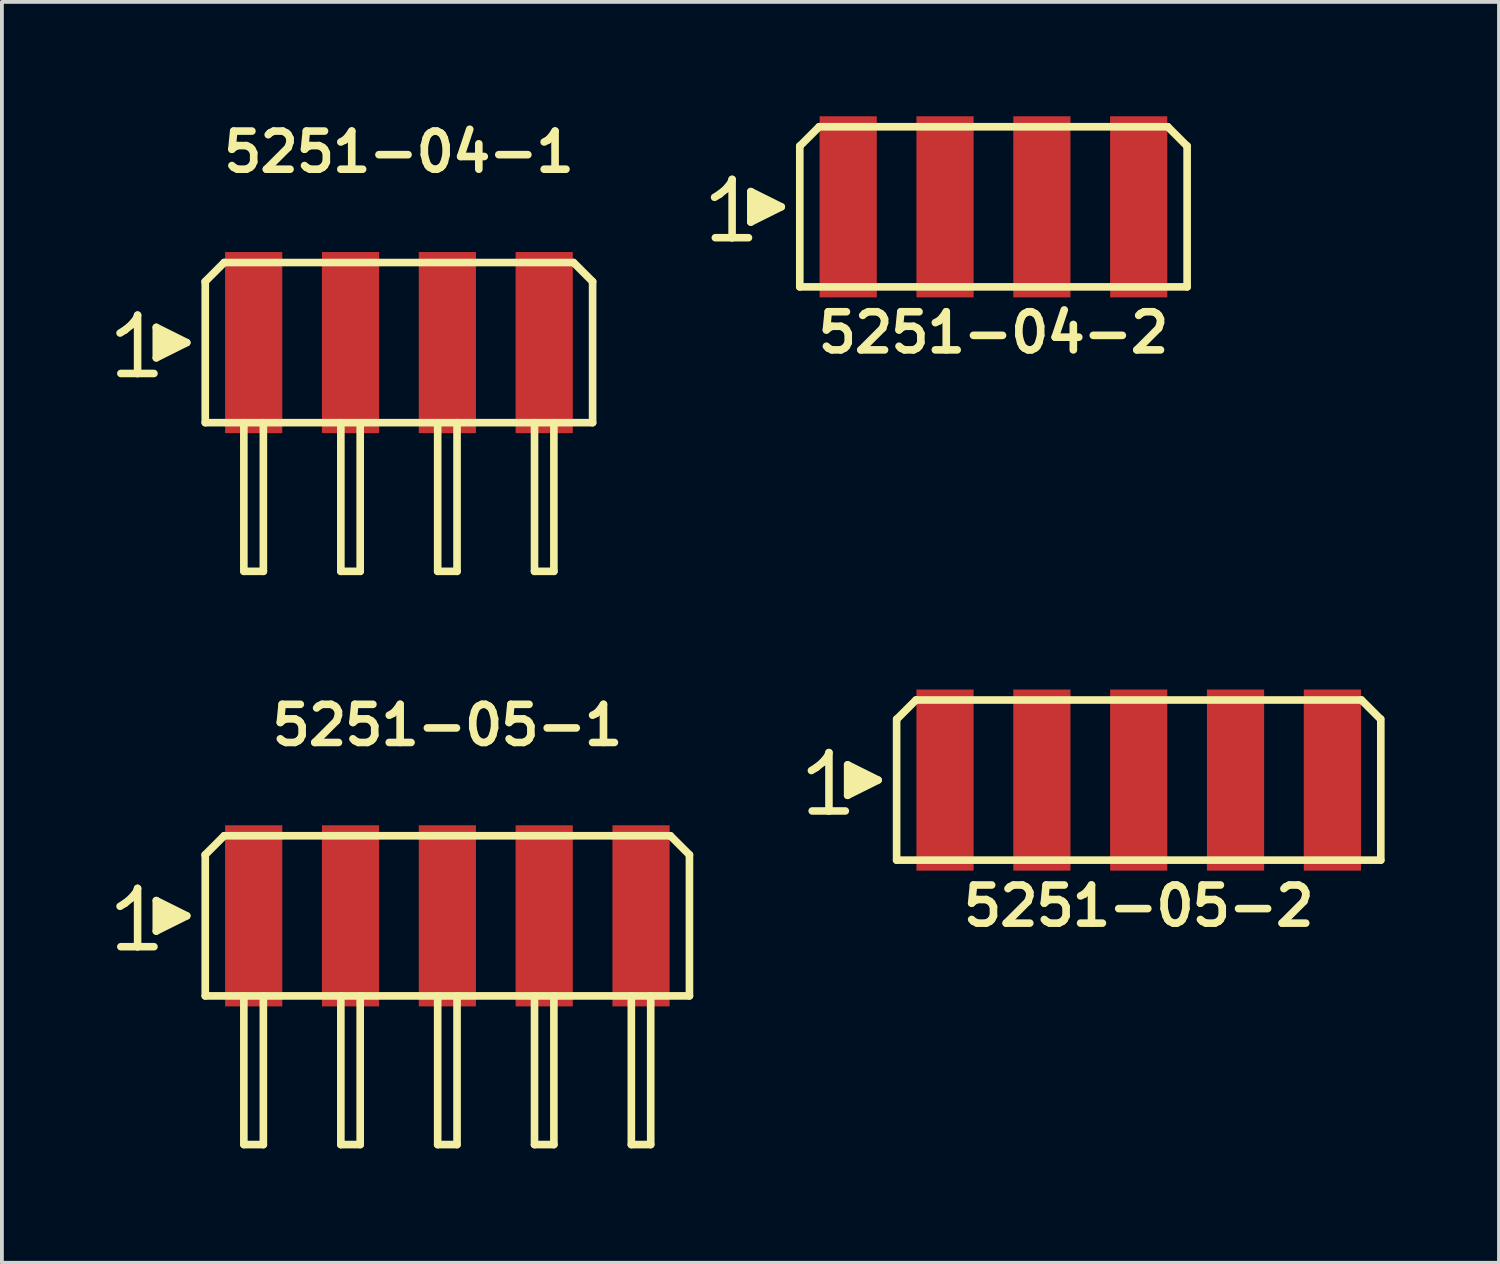
<source format=kicad_pcb>
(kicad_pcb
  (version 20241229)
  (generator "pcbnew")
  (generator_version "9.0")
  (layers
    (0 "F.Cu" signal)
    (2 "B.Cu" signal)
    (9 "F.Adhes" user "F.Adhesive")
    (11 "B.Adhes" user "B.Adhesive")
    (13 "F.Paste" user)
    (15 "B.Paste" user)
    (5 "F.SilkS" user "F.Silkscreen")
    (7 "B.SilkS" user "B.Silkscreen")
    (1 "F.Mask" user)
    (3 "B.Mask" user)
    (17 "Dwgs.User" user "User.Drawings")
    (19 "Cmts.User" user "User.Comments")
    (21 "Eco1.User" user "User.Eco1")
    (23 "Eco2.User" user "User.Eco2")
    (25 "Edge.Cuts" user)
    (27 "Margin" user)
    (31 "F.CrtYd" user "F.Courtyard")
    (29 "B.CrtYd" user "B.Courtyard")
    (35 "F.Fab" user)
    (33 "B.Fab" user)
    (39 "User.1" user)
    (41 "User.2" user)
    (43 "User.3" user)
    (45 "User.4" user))
  (footprint "5251-05-2"
    (layer "F.Cu")
    (at 26.818 17.411)
    (property "Reference" "5251-05-2" (at 0 3.3 0) (layer "F.SilkS") (effects (font (size 1 1) (thickness 0.2))))
    (attr smd)
    (fp_line (start -8.585 -0.25) (end -8.455 -0.33) (stroke (width 0.198) (type solid)) (layer "F.SilkS"))
    (fp_line (start -8.455 -0.33) (end -8.295 -0.46) (stroke (width 0.198) (type solid)) (layer "F.SilkS"))
    (fp_line (start -8.295 -0.46) (end -8.155 -0.63) (stroke (width 0.198) (type solid)) (layer "F.SilkS"))
    (fp_line (start -8.155 -0.63) (end -8.125 -0.72) (stroke (width 0.198) (type solid)) (layer "F.SilkS"))
    (fp_line (start -8.125 -0.72) (end -8.125 0.81) (stroke (width 0.198) (type solid)) (layer "F.SilkS"))
    (fp_line (start -8.125 0.81) (end -8.565 0.81) (stroke (width 0.198) (type solid)) (layer "F.SilkS"))
    (fp_line (start -7.695 0.81) (end -8.135 0.81) (stroke (width 0.198) (type solid)) (layer "F.SilkS"))
    (fp_line (start -7.635 -0.4) (end -6.835 0) (stroke (width 0.198) (type solid)) (layer "F.SilkS"))
    (fp_line (start -7.635 0.4) (end -7.635 -0.4) (stroke (width 0.198) (type solid)) (layer "F.SilkS"))
    (fp_line (start -7.535 0.3) (end -7.535 -0.3) (stroke (width 0.198) (type solid)) (layer "F.SilkS"))
    (fp_line (start -7.435 -0.2) (end -7.435 0.2) (stroke (width 0.198) (type solid)) (layer "F.SilkS"))
    (fp_line (start -7.335 0.2) (end -7.335 -0.2) (stroke (width 0.198) (type solid)) (layer "F.SilkS"))
    (fp_line (start -7.235 -0.1) (end -7.235 0.1) (stroke (width 0.198) (type solid)) (layer "F.SilkS"))
    (fp_line (start -7.135 0.1) (end -7.135 -0.1) (stroke (width 0.198) (type solid)) (layer "F.SilkS"))
    (fp_line (start -6.835 0) (end -7.635 0.4) (stroke (width 0.198) (type solid)) (layer "F.SilkS"))
    (fp_line (start -6.35 2.1) (end -6.35 -1.6) (stroke (width 0.2) (type solid)) (layer "F.SilkS"))
    (fp_line (start -6.342 -1.6) (end -5.842 -2.1) (stroke (width 0.2) (type solid)) (layer "F.SilkS"))
    (fp_line (start -5.842 -2.1) (end 5.842 -2.1) (stroke (width 0.2) (type solid)) (layer "F.SilkS"))
    (fp_line (start 5.842 -2.1) (end 6.342 -1.6) (stroke (width 0.2) (type solid)) (layer "F.SilkS"))
    (fp_line (start 6.35 -1.6) (end 6.35 2.1) (stroke (width 0.2) (type solid)) (layer "F.SilkS"))
    (fp_line (start 6.35 2.1) (end -6.35 2.1) (stroke (width 0.2) (type solid)) (layer "F.SilkS"))
    (pad "1" smd rect (at -5.08 0) (size 1.5 4.75) (layers "F.Cu" "F.Mask" "F.Paste"))
    (pad "2" smd rect (at -2.54 0) (size 1.5 4.75) (layers "F.Cu" "F.Mask" "F.Paste"))
    (pad "3" smd rect (at 0 0) (size 1.5 4.75) (layers "F.Cu" "F.Mask" "F.Paste"))
    (pad "4" smd rect (at 2.54 0) (size 1.5 4.75) (layers "F.Cu" "F.Mask" "F.Paste"))
    (pad "5" smd rect (at 5.08 0) (size 1.5 4.75) (layers "F.Cu" "F.Mask" "F.Paste")))
  (footprint "5251-04-2"
    (layer "F.Cu")
    (at 23.008 2.375)
    (property "Reference" "5251-04-2" (at 0 3.3 0) (layer "F.SilkS") (effects (font (size 1 1) (thickness 0.2))))
    (attr smd)
    (fp_line (start -7.315 -0.25) (end -7.185 -0.33) (stroke (width 0.198) (type solid)) (layer "F.SilkS"))
    (fp_line (start -7.185 -0.33) (end -7.025 -0.46) (stroke (width 0.198) (type solid)) (layer "F.SilkS"))
    (fp_line (start -7.025 -0.46) (end -6.885 -0.63) (stroke (width 0.198) (type solid)) (layer "F.SilkS"))
    (fp_line (start -6.885 -0.63) (end -6.855 -0.72) (stroke (width 0.198) (type solid)) (layer "F.SilkS"))
    (fp_line (start -6.855 -0.72) (end -6.855 0.81) (stroke (width 0.198) (type solid)) (layer "F.SilkS"))
    (fp_line (start -6.855 0.81) (end -7.295 0.81) (stroke (width 0.198) (type solid)) (layer "F.SilkS"))
    (fp_line (start -6.425 0.81) (end -6.865 0.81) (stroke (width 0.198) (type solid)) (layer "F.SilkS"))
    (fp_line (start -6.365 -0.4) (end -5.565 0) (stroke (width 0.198) (type solid)) (layer "F.SilkS"))
    (fp_line (start -6.365 0.4) (end -6.365 -0.4) (stroke (width 0.198) (type solid)) (layer "F.SilkS"))
    (fp_line (start -6.265 0.3) (end -6.265 -0.3) (stroke (width 0.198) (type solid)) (layer "F.SilkS"))
    (fp_line (start -6.165 -0.2) (end -6.165 0.2) (stroke (width 0.198) (type solid)) (layer "F.SilkS"))
    (fp_line (start -6.065 0.2) (end -6.065 -0.2) (stroke (width 0.198) (type solid)) (layer "F.SilkS"))
    (fp_line (start -5.965 -0.1) (end -5.965 0.1) (stroke (width 0.198) (type solid)) (layer "F.SilkS"))
    (fp_line (start -5.865 0.1) (end -5.865 -0.1) (stroke (width 0.198) (type solid)) (layer "F.SilkS"))
    (fp_line (start -5.565 0) (end -6.365 0.4) (stroke (width 0.198) (type solid)) (layer "F.SilkS"))
    (fp_line (start -5.08 2.1) (end -5.08 -1.6) (stroke (width 0.2) (type solid)) (layer "F.SilkS"))
    (fp_line (start -5.072 -1.6) (end -4.572 -2.1) (stroke (width 0.2) (type solid)) (layer "F.SilkS"))
    (fp_line (start -4.572 -2.1) (end 4.572 -2.1) (stroke (width 0.2) (type solid)) (layer "F.SilkS"))
    (fp_line (start 4.572 -2.1) (end 5.072 -1.6) (stroke (width 0.2) (type solid)) (layer "F.SilkS"))
    (fp_line (start 5.08 -1.6) (end 5.08 2.1) (stroke (width 0.2) (type solid)) (layer "F.SilkS"))
    (fp_line (start 5.08 2.1) (end -5.08 2.1) (stroke (width 0.2) (type solid)) (layer "F.SilkS"))
    (pad "1" smd rect (at -3.81 0) (size 1.5 4.75) (layers "F.Cu" "F.Mask" "F.Paste"))
    (pad "2" smd rect (at -1.27 0) (size 1.5 4.75) (layers "F.Cu" "F.Mask" "F.Paste"))
    (pad "3" smd rect (at 1.27 0) (size 1.5 4.75) (layers "F.Cu" "F.Mask" "F.Paste"))
    (pad "4" smd rect (at 3.81 0) (size 1.5 4.75) (layers "F.Cu" "F.Mask" "F.Paste")))
  (footprint "5251-05-1"
    (layer "F.Cu")
    (at 8.684 20.972)
    (property "Reference" "5251-05-1" (at 0 -5 0) (layer "F.SilkS") (effects (font (size 1 1) (thickness 0.2))))
    (attr smd)
    (fp_line (start -8.585 -0.25) (end -8.455 -0.33) (stroke (width 0.198) (type solid)) (layer "F.SilkS"))
    (fp_line (start -8.455 -0.33) (end -8.295 -0.46) (stroke (width 0.198) (type solid)) (layer "F.SilkS"))
    (fp_line (start -8.295 -0.46) (end -8.155 -0.63) (stroke (width 0.198) (type solid)) (layer "F.SilkS"))
    (fp_line (start -8.155 -0.63) (end -8.125 -0.72) (stroke (width 0.198) (type solid)) (layer "F.SilkS"))
    (fp_line (start -8.125 -0.72) (end -8.125 0.81) (stroke (width 0.198) (type solid)) (layer "F.SilkS"))
    (fp_line (start -8.125 0.81) (end -8.565 0.81) (stroke (width 0.198) (type solid)) (layer "F.SilkS"))
    (fp_line (start -7.695 0.81) (end -8.135 0.81) (stroke (width 0.198) (type solid)) (layer "F.SilkS"))
    (fp_line (start -7.635 -0.4) (end -6.835 0) (stroke (width 0.198) (type solid)) (layer "F.SilkS"))
    (fp_line (start -7.635 0.4) (end -7.635 -0.4) (stroke (width 0.198) (type solid)) (layer "F.SilkS"))
    (fp_line (start -7.535 0.3) (end -7.535 -0.3) (stroke (width 0.198) (type solid)) (layer "F.SilkS"))
    (fp_line (start -7.435 -0.2) (end -7.435 0.2) (stroke (width 0.198) (type solid)) (layer "F.SilkS"))
    (fp_line (start -7.335 0.2) (end -7.335 -0.2) (stroke (width 0.198) (type solid)) (layer "F.SilkS"))
    (fp_line (start -7.235 -0.1) (end -7.235 0.1) (stroke (width 0.198) (type solid)) (layer "F.SilkS"))
    (fp_line (start -7.135 0.1) (end -7.135 -0.1) (stroke (width 0.198) (type solid)) (layer "F.SilkS"))
    (fp_line (start -6.835 0) (end -7.635 0.4) (stroke (width 0.198) (type solid)) (layer "F.SilkS"))
    (fp_line (start -6.354 -1.6) (end -5.854 -2.1) (stroke (width 0.2) (type solid)) (layer "F.SilkS"))
    (fp_line (start -6.35 2.1) (end -6.35 -1.6) (stroke (width 0.2) (type solid)) (layer "F.SilkS"))
    (fp_line (start -5.854 -2.1) (end 5.85 -2.1) (stroke (width 0.2) (type solid)) (layer "F.SilkS"))
    (fp_line (start -5.338 2.1) (end -5.338 6) (stroke (width 0.2) (type solid)) (layer "F.SilkS"))
    (fp_line (start -5.334 6) (end -4.826 6) (stroke (width 0.2) (type solid)) (layer "F.SilkS"))
    (fp_line (start -4.826 6) (end -4.826 2.1) (stroke (width 0.2) (type solid)) (layer "F.SilkS"))
    (fp_line (start -2.794 2.1) (end -2.794 6) (stroke (width 0.2) (type solid)) (layer "F.SilkS"))
    (fp_line (start -2.794 6) (end -2.286 6) (stroke (width 0.2) (type solid)) (layer "F.SilkS"))
    (fp_line (start -2.286 6) (end -2.286 2.1) (stroke (width 0.2) (type solid)) (layer "F.SilkS"))
    (fp_line (start -0.254 2.1) (end -0.254 6) (stroke (width 0.2) (type solid)) (layer "F.SilkS"))
    (fp_line (start -0.254 6) (end 0.254 6) (stroke (width 0.2) (type solid)) (layer "F.SilkS"))
    (fp_line (start 0.254 6) (end 0.254 2.1) (stroke (width 0.2) (type solid)) (layer "F.SilkS"))
    (fp_line (start 2.286 2.1) (end 2.286 6) (stroke (width 0.2) (type solid)) (layer "F.SilkS"))
    (fp_line (start 2.286 6) (end 2.794 6) (stroke (width 0.2) (type solid)) (layer "F.SilkS"))
    (fp_line (start 2.794 6) (end 2.794 2.1) (stroke (width 0.2) (type solid)) (layer "F.SilkS"))
    (fp_line (start 4.826 2.1) (end 4.826 6) (stroke (width 0.2) (type solid)) (layer "F.SilkS"))
    (fp_line (start 4.826 6) (end 5.334 6) (stroke (width 0.2) (type solid)) (layer "F.SilkS"))
    (fp_line (start 5.334 6) (end 5.334 2.1) (stroke (width 0.2) (type solid)) (layer "F.SilkS"))
    (fp_line (start 5.85 -2.1) (end 6.35 -1.6) (stroke (width 0.2) (type solid)) (layer "F.SilkS"))
    (fp_line (start 6.35 -1.6) (end 6.35 2.1) (stroke (width 0.2) (type solid)) (layer "F.SilkS"))
    (fp_line (start 6.35 2.1) (end -6.35 2.1) (stroke (width 0.2) (type solid)) (layer "F.SilkS"))
    (pad "1" smd rect (at -5.08 0) (size 1.5 4.75) (layers "F.Cu" "F.Mask" "F.Paste"))
    (pad "2" smd rect (at -2.54 0) (size 1.5 4.75) (layers "F.Cu" "F.Mask" "F.Paste"))
    (pad "3" smd rect (at 0 0) (size 1.5 4.75) (layers "F.Cu" "F.Mask" "F.Paste"))
    (pad "4" smd rect (at 2.54 0) (size 1.5 4.75) (layers "F.Cu" "F.Mask" "F.Paste"))
    (pad "5" smd rect (at 5.08 0) (size 1.5 4.75) (layers "F.Cu" "F.Mask" "F.Paste")))
  (footprint "5251-04-1"
    (layer "F.Cu")
    (at 7.414 5.936)
    (property "Reference" "5251-04-1" (at 0 -5 0) (layer "F.SilkS") (effects (font (size 1 1) (thickness 0.2))))
    (attr smd)
    (fp_line (start -7.315 -0.25) (end -7.185 -0.33) (stroke (width 0.198) (type solid)) (layer "F.SilkS"))
    (fp_line (start -7.185 -0.33) (end -7.025 -0.46) (stroke (width 0.198) (type solid)) (layer "F.SilkS"))
    (fp_line (start -7.025 -0.46) (end -6.885 -0.63) (stroke (width 0.198) (type solid)) (layer "F.SilkS"))
    (fp_line (start -6.885 -0.63) (end -6.855 -0.72) (stroke (width 0.198) (type solid)) (layer "F.SilkS"))
    (fp_line (start -6.855 -0.72) (end -6.855 0.81) (stroke (width 0.198) (type solid)) (layer "F.SilkS"))
    (fp_line (start -6.855 0.81) (end -7.295 0.81) (stroke (width 0.198) (type solid)) (layer "F.SilkS"))
    (fp_line (start -6.425 0.81) (end -6.865 0.81) (stroke (width 0.198) (type solid)) (layer "F.SilkS"))
    (fp_line (start -6.365 -0.4) (end -5.565 0) (stroke (width 0.198) (type solid)) (layer "F.SilkS"))
    (fp_line (start -6.365 0.4) (end -6.365 -0.4) (stroke (width 0.198) (type solid)) (layer "F.SilkS"))
    (fp_line (start -6.265 0.3) (end -6.265 -0.3) (stroke (width 0.198) (type solid)) (layer "F.SilkS"))
    (fp_line (start -6.165 -0.2) (end -6.165 0.2) (stroke (width 0.198) (type solid)) (layer "F.SilkS"))
    (fp_line (start -6.065 0.2) (end -6.065 -0.2) (stroke (width 0.198) (type solid)) (layer "F.SilkS"))
    (fp_line (start -5.965 -0.1) (end -5.965 0.1) (stroke (width 0.198) (type solid)) (layer "F.SilkS"))
    (fp_line (start -5.865 0.1) (end -5.865 -0.1) (stroke (width 0.198) (type solid)) (layer "F.SilkS"))
    (fp_line (start -5.565 0) (end -6.365 0.4) (stroke (width 0.198) (type solid)) (layer "F.SilkS"))
    (fp_line (start -5.084 -1.6) (end -4.584 -2.1) (stroke (width 0.2) (type solid)) (layer "F.SilkS"))
    (fp_line (start -5.08 2.1) (end -5.08 -1.6) (stroke (width 0.2) (type solid)) (layer "F.SilkS"))
    (fp_line (start -4.584 -2.1) (end 4.572 -2.1) (stroke (width 0.2) (type solid)) (layer "F.SilkS"))
    (fp_line (start -4.068 2.1) (end -4.068 6) (stroke (width 0.2) (type solid)) (layer "F.SilkS"))
    (fp_line (start -4.064 6) (end -3.556 6) (stroke (width 0.2) (type solid)) (layer "F.SilkS"))
    (fp_line (start -3.556 6) (end -3.556 2.1) (stroke (width 0.2) (type solid)) (layer "F.SilkS"))
    (fp_line (start -1.524 2.1) (end -1.524 6) (stroke (width 0.2) (type solid)) (layer "F.SilkS"))
    (fp_line (start -1.524 6) (end -1.016 6) (stroke (width 0.2) (type solid)) (layer "F.SilkS"))
    (fp_line (start -1.016 6) (end -1.016 2.1) (stroke (width 0.2) (type solid)) (layer "F.SilkS"))
    (fp_line (start 1.016 2.1) (end 1.016 6) (stroke (width 0.2) (type solid)) (layer "F.SilkS"))
    (fp_line (start 1.016 6) (end 1.524 6) (stroke (width 0.2) (type solid)) (layer "F.SilkS"))
    (fp_line (start 1.524 6) (end 1.524 2.1) (stroke (width 0.2) (type solid)) (layer "F.SilkS"))
    (fp_line (start 3.556 2.1) (end 3.556 6) (stroke (width 0.2) (type solid)) (layer "F.SilkS"))
    (fp_line (start 3.556 6) (end 4.064 6) (stroke (width 0.2) (type solid)) (layer "F.SilkS"))
    (fp_line (start 4.064 6) (end 4.064 2.1) (stroke (width 0.2) (type solid)) (layer "F.SilkS"))
    (fp_line (start 4.58 -2.1) (end 5.08 -1.6) (stroke (width 0.2) (type solid)) (layer "F.SilkS"))
    (fp_line (start 5.08 -1.6) (end 5.08 2.1) (stroke (width 0.2) (type solid)) (layer "F.SilkS"))
    (fp_line (start 5.08 2.1) (end -5.08 2.1) (stroke (width 0.2) (type solid)) (layer "F.SilkS"))
    (pad "1" smd rect (at -3.81 0) (size 1.5 4.75) (layers "F.Cu" "F.Mask" "F.Paste"))
    (pad "2" smd rect (at -1.27 0) (size 1.5 4.75) (layers "F.Cu" "F.Mask" "F.Paste"))
    (pad "3" smd rect (at 1.27 0) (size 1.5 4.75) (layers "F.Cu" "F.Mask" "F.Paste"))
    (pad "4" smd rect (at 3.81 0) (size 1.5 4.75) (layers "F.Cu" "F.Mask" "F.Paste")))
  (gr_rect
    (start -3 -3)
    (end 36.268 30.072)
    (stroke (width 0.1) (type default))
    (fill no)
    (layer "Edge.Cuts")))
</source>
